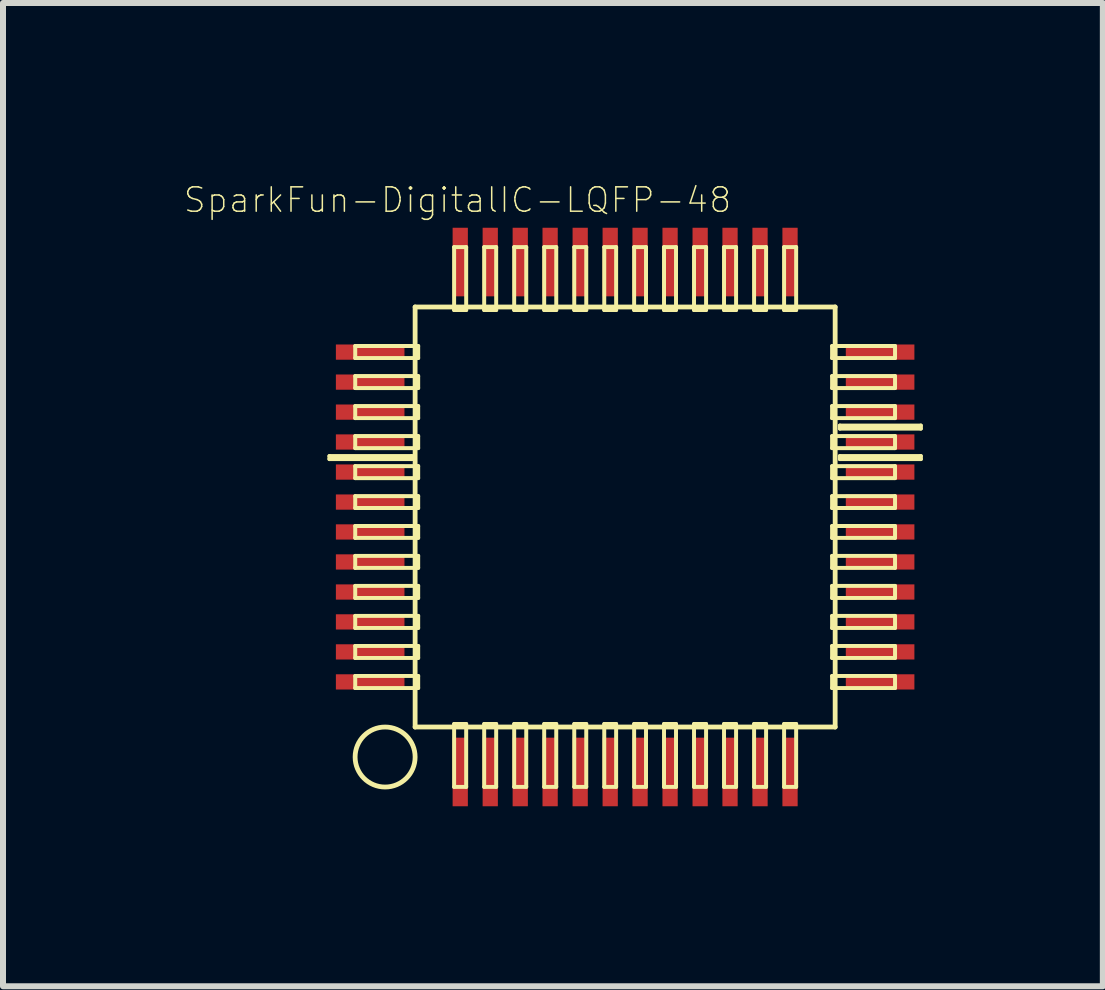
<source format=kicad_pcb>
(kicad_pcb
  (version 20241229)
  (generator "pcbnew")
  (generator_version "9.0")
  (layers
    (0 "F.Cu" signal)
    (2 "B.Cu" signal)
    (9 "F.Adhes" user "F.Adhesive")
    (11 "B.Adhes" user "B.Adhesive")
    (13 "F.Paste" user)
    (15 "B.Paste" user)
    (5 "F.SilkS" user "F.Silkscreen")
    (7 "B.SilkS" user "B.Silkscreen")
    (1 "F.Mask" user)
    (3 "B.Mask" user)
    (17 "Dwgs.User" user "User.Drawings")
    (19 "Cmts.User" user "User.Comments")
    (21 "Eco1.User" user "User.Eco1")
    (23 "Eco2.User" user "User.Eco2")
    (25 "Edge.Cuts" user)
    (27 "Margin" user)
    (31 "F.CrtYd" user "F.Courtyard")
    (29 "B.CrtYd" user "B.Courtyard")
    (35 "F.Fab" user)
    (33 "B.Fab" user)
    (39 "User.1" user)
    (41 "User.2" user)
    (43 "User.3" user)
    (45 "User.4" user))
  (footprint "SparkFun-DigitalIC-LQFP-48"
    (layer "F.Cu")
    (at 7.368 5.566)
    (property "Reference" "SparkFun-DigitalIC-LQFP-48" (at -2.794 -5.283 0) (layer "F.SilkS") (effects (font (size 0.406 0.406) (thickness 0.025))))
    (attr smd)
    (fp_line (start -4.928 -1.016) (end -3.556 -1.016) (stroke (width 0.066) (type solid)) (layer "F.SilkS"))
    (fp_line (start -4.928 -0.965) (end -4.928 -1.016) (stroke (width 0.066) (type solid)) (layer "F.SilkS"))
    (fp_line (start -4.928 -0.965) (end -3.556 -0.965) (stroke (width 0.066) (type solid)) (layer "F.SilkS"))
    (fp_line (start -4.498 -2.85) (end -3.449 -2.85) (stroke (width 0.066) (type solid)) (layer "F.SilkS"))
    (fp_line (start -4.498 -2.649) (end -4.498 -2.85) (stroke (width 0.066) (type solid)) (layer "F.SilkS"))
    (fp_line (start -4.498 -2.649) (end -3.449 -2.649) (stroke (width 0.066) (type solid)) (layer "F.SilkS"))
    (fp_line (start -4.498 -2.349) (end -3.449 -2.349) (stroke (width 0.066) (type solid)) (layer "F.SilkS"))
    (fp_line (start -4.498 -2.149) (end -4.498 -2.349) (stroke (width 0.066) (type solid)) (layer "F.SilkS"))
    (fp_line (start -4.498 -2.149) (end -3.449 -2.149) (stroke (width 0.066) (type solid)) (layer "F.SilkS"))
    (fp_line (start -4.498 -1.849) (end -3.449 -1.849) (stroke (width 0.066) (type solid)) (layer "F.SilkS"))
    (fp_line (start -4.498 -1.648) (end -4.498 -1.849) (stroke (width 0.066) (type solid)) (layer "F.SilkS"))
    (fp_line (start -4.498 -1.648) (end -3.449 -1.648) (stroke (width 0.066) (type solid)) (layer "F.SilkS"))
    (fp_line (start -4.498 -1.349) (end -3.449 -1.349) (stroke (width 0.066) (type solid)) (layer "F.SilkS"))
    (fp_line (start -4.498 -1.148) (end -4.498 -1.349) (stroke (width 0.066) (type solid)) (layer "F.SilkS"))
    (fp_line (start -4.498 -1.148) (end -3.449 -1.148) (stroke (width 0.066) (type solid)) (layer "F.SilkS"))
    (fp_line (start -4.498 -0.848) (end -3.449 -0.848) (stroke (width 0.066) (type solid)) (layer "F.SilkS"))
    (fp_line (start -4.498 -0.648) (end -4.498 -0.848) (stroke (width 0.066) (type solid)) (layer "F.SilkS"))
    (fp_line (start -4.498 -0.648) (end -3.449 -0.648) (stroke (width 0.066) (type solid)) (layer "F.SilkS"))
    (fp_line (start -4.498 -0.348) (end -3.449 -0.348) (stroke (width 0.066) (type solid)) (layer "F.SilkS"))
    (fp_line (start -4.498 -0.15) (end -4.498 -0.348) (stroke (width 0.066) (type solid)) (layer "F.SilkS"))
    (fp_line (start -4.498 -0.15) (end -3.449 -0.15) (stroke (width 0.066) (type solid)) (layer "F.SilkS"))
    (fp_line (start -4.498 0.15) (end -3.449 0.15) (stroke (width 0.066) (type solid)) (layer "F.SilkS"))
    (fp_line (start -4.498 0.348) (end -4.498 0.15) (stroke (width 0.066) (type solid)) (layer "F.SilkS"))
    (fp_line (start -4.498 0.348) (end -3.449 0.348) (stroke (width 0.066) (type solid)) (layer "F.SilkS"))
    (fp_line (start -4.498 0.648) (end -3.449 0.648) (stroke (width 0.066) (type solid)) (layer "F.SilkS"))
    (fp_line (start -4.498 0.848) (end -4.498 0.648) (stroke (width 0.066) (type solid)) (layer "F.SilkS"))
    (fp_line (start -4.498 0.848) (end -3.449 0.848) (stroke (width 0.066) (type solid)) (layer "F.SilkS"))
    (fp_line (start -4.498 1.148) (end -3.449 1.148) (stroke (width 0.066) (type solid)) (layer "F.SilkS"))
    (fp_line (start -4.498 1.349) (end -4.498 1.148) (stroke (width 0.066) (type solid)) (layer "F.SilkS"))
    (fp_line (start -4.498 1.349) (end -3.449 1.349) (stroke (width 0.066) (type solid)) (layer "F.SilkS"))
    (fp_line (start -4.498 1.648) (end -3.449 1.648) (stroke (width 0.066) (type solid)) (layer "F.SilkS"))
    (fp_line (start -4.498 1.849) (end -4.498 1.648) (stroke (width 0.066) (type solid)) (layer "F.SilkS"))
    (fp_line (start -4.498 1.849) (end -3.449 1.849) (stroke (width 0.066) (type solid)) (layer "F.SilkS"))
    (fp_line (start -4.498 2.149) (end -3.449 2.149) (stroke (width 0.066) (type solid)) (layer "F.SilkS"))
    (fp_line (start -4.498 2.349) (end -4.498 2.149) (stroke (width 0.066) (type solid)) (layer "F.SilkS"))
    (fp_line (start -4.498 2.349) (end -3.449 2.349) (stroke (width 0.066) (type solid)) (layer "F.SilkS"))
    (fp_line (start -4.498 2.649) (end -3.449 2.649) (stroke (width 0.066) (type solid)) (layer "F.SilkS"))
    (fp_line (start -4.498 2.85) (end -4.498 2.649) (stroke (width 0.066) (type solid)) (layer "F.SilkS"))
    (fp_line (start -4.498 2.85) (end -3.449 2.85) (stroke (width 0.066) (type solid)) (layer "F.SilkS"))
    (fp_line (start -3.556 -0.965) (end -3.556 -1.016) (stroke (width 0.066) (type solid)) (layer "F.SilkS"))
    (fp_line (start -3.5 -3.5) (end 3.5 -3.5) (stroke (width 0.08) (type solid)) (layer "F.SilkS"))
    (fp_line (start -3.5 3.5) (end -3.5 -3.5) (stroke (width 0.08) (type solid)) (layer "F.SilkS"))
    (fp_line (start -3.449 -2.649) (end -3.449 -2.85) (stroke (width 0.066) (type solid)) (layer "F.SilkS"))
    (fp_line (start -3.449 -2.149) (end -3.449 -2.349) (stroke (width 0.066) (type solid)) (layer "F.SilkS"))
    (fp_line (start -3.449 -1.648) (end -3.449 -1.849) (stroke (width 0.066) (type solid)) (layer "F.SilkS"))
    (fp_line (start -3.449 -1.148) (end -3.449 -1.349) (stroke (width 0.066) (type solid)) (layer "F.SilkS"))
    (fp_line (start -3.449 -0.648) (end -3.449 -0.848) (stroke (width 0.066) (type solid)) (layer "F.SilkS"))
    (fp_line (start -3.449 -0.15) (end -3.449 -0.348) (stroke (width 0.066) (type solid)) (layer "F.SilkS"))
    (fp_line (start -3.449 0.348) (end -3.449 0.15) (stroke (width 0.066) (type solid)) (layer "F.SilkS"))
    (fp_line (start -3.449 0.848) (end -3.449 0.648) (stroke (width 0.066) (type solid)) (layer "F.SilkS"))
    (fp_line (start -3.449 1.349) (end -3.449 1.148) (stroke (width 0.066) (type solid)) (layer "F.SilkS"))
    (fp_line (start -3.449 1.849) (end -3.449 1.648) (stroke (width 0.066) (type solid)) (layer "F.SilkS"))
    (fp_line (start -3.449 2.349) (end -3.449 2.149) (stroke (width 0.066) (type solid)) (layer "F.SilkS"))
    (fp_line (start -3.449 2.85) (end -3.449 2.649) (stroke (width 0.066) (type solid)) (layer "F.SilkS"))
    (fp_line (start -2.85 -4.498) (end -2.649 -4.498) (stroke (width 0.066) (type solid)) (layer "F.SilkS"))
    (fp_line (start -2.85 -3.449) (end -2.85 -4.498) (stroke (width 0.066) (type solid)) (layer "F.SilkS"))
    (fp_line (start -2.85 -3.449) (end -2.649 -3.449) (stroke (width 0.066) (type solid)) (layer "F.SilkS"))
    (fp_line (start -2.85 3.449) (end -2.649 3.449) (stroke (width 0.066) (type solid)) (layer "F.SilkS"))
    (fp_line (start -2.85 4.498) (end -2.85 3.449) (stroke (width 0.066) (type solid)) (layer "F.SilkS"))
    (fp_line (start -2.85 4.498) (end -2.649 4.498) (stroke (width 0.066) (type solid)) (layer "F.SilkS"))
    (fp_line (start -2.649 -3.449) (end -2.649 -4.498) (stroke (width 0.066) (type solid)) (layer "F.SilkS"))
    (fp_line (start -2.649 4.498) (end -2.649 3.449) (stroke (width 0.066) (type solid)) (layer "F.SilkS"))
    (fp_line (start -2.349 -4.498) (end -2.149 -4.498) (stroke (width 0.066) (type solid)) (layer "F.SilkS"))
    (fp_line (start -2.349 -3.449) (end -2.349 -4.498) (stroke (width 0.066) (type solid)) (layer "F.SilkS"))
    (fp_line (start -2.349 -3.449) (end -2.149 -3.449) (stroke (width 0.066) (type solid)) (layer "F.SilkS"))
    (fp_line (start -2.349 3.449) (end -2.149 3.449) (stroke (width 0.066) (type solid)) (layer "F.SilkS"))
    (fp_line (start -2.349 4.498) (end -2.349 3.449) (stroke (width 0.066) (type solid)) (layer "F.SilkS"))
    (fp_line (start -2.349 4.498) (end -2.149 4.498) (stroke (width 0.066) (type solid)) (layer "F.SilkS"))
    (fp_line (start -2.149 -3.449) (end -2.149 -4.498) (stroke (width 0.066) (type solid)) (layer "F.SilkS"))
    (fp_line (start -2.149 4.498) (end -2.149 3.449) (stroke (width 0.066) (type solid)) (layer "F.SilkS"))
    (fp_line (start -1.849 -4.498) (end -1.648 -4.498) (stroke (width 0.066) (type solid)) (layer "F.SilkS"))
    (fp_line (start -1.849 -3.449) (end -1.849 -4.498) (stroke (width 0.066) (type solid)) (layer "F.SilkS"))
    (fp_line (start -1.849 -3.449) (end -1.648 -3.449) (stroke (width 0.066) (type solid)) (layer "F.SilkS"))
    (fp_line (start -1.849 3.449) (end -1.648 3.449) (stroke (width 0.066) (type solid)) (layer "F.SilkS"))
    (fp_line (start -1.849 4.498) (end -1.849 3.449) (stroke (width 0.066) (type solid)) (layer "F.SilkS"))
    (fp_line (start -1.849 4.498) (end -1.648 4.498) (stroke (width 0.066) (type solid)) (layer "F.SilkS"))
    (fp_line (start -1.648 -3.449) (end -1.648 -4.498) (stroke (width 0.066) (type solid)) (layer "F.SilkS"))
    (fp_line (start -1.648 4.498) (end -1.648 3.449) (stroke (width 0.066) (type solid)) (layer "F.SilkS"))
    (fp_line (start -1.349 -4.498) (end -1.148 -4.498) (stroke (width 0.066) (type solid)) (layer "F.SilkS"))
    (fp_line (start -1.349 -3.449) (end -1.349 -4.498) (stroke (width 0.066) (type solid)) (layer "F.SilkS"))
    (fp_line (start -1.349 -3.449) (end -1.148 -3.449) (stroke (width 0.066) (type solid)) (layer "F.SilkS"))
    (fp_line (start -1.349 3.449) (end -1.148 3.449) (stroke (width 0.066) (type solid)) (layer "F.SilkS"))
    (fp_line (start -1.349 4.498) (end -1.349 3.449) (stroke (width 0.066) (type solid)) (layer "F.SilkS"))
    (fp_line (start -1.349 4.498) (end -1.148 4.498) (stroke (width 0.066) (type solid)) (layer "F.SilkS"))
    (fp_line (start -1.148 -3.449) (end -1.148 -4.498) (stroke (width 0.066) (type solid)) (layer "F.SilkS"))
    (fp_line (start -1.148 4.498) (end -1.148 3.449) (stroke (width 0.066) (type solid)) (layer "F.SilkS"))
    (fp_line (start -0.848 -4.498) (end -0.648 -4.498) (stroke (width 0.066) (type solid)) (layer "F.SilkS"))
    (fp_line (start -0.848 -3.449) (end -0.848 -4.498) (stroke (width 0.066) (type solid)) (layer "F.SilkS"))
    (fp_line (start -0.848 -3.449) (end -0.648 -3.449) (stroke (width 0.066) (type solid)) (layer "F.SilkS"))
    (fp_line (start -0.848 3.449) (end -0.648 3.449) (stroke (width 0.066) (type solid)) (layer "F.SilkS"))
    (fp_line (start -0.848 4.498) (end -0.848 3.449) (stroke (width 0.066) (type solid)) (layer "F.SilkS"))
    (fp_line (start -0.848 4.498) (end -0.648 4.498) (stroke (width 0.066) (type solid)) (layer "F.SilkS"))
    (fp_line (start -0.648 -3.449) (end -0.648 -4.498) (stroke (width 0.066) (type solid)) (layer "F.SilkS"))
    (fp_line (start -0.648 4.498) (end -0.648 3.449) (stroke (width 0.066) (type solid)) (layer "F.SilkS"))
    (fp_line (start -0.348 -4.498) (end -0.15 -4.498) (stroke (width 0.066) (type solid)) (layer "F.SilkS"))
    (fp_line (start -0.348 -3.449) (end -0.348 -4.498) (stroke (width 0.066) (type solid)) (layer "F.SilkS"))
    (fp_line (start -0.348 -3.449) (end -0.15 -3.449) (stroke (width 0.066) (type solid)) (layer "F.SilkS"))
    (fp_line (start -0.348 3.449) (end -0.15 3.449) (stroke (width 0.066) (type solid)) (layer "F.SilkS"))
    (fp_line (start -0.348 4.498) (end -0.348 3.449) (stroke (width 0.066) (type solid)) (layer "F.SilkS"))
    (fp_line (start -0.348 4.498) (end -0.15 4.498) (stroke (width 0.066) (type solid)) (layer "F.SilkS"))
    (fp_line (start -0.15 -3.449) (end -0.15 -4.498) (stroke (width 0.066) (type solid)) (layer "F.SilkS"))
    (fp_line (start -0.15 4.498) (end -0.15 3.449) (stroke (width 0.066) (type solid)) (layer "F.SilkS"))
    (fp_line (start 0.15 -4.498) (end 0.348 -4.498) (stroke (width 0.066) (type solid)) (layer "F.SilkS"))
    (fp_line (start 0.15 -3.449) (end 0.15 -4.498) (stroke (width 0.066) (type solid)) (layer "F.SilkS"))
    (fp_line (start 0.15 -3.449) (end 0.348 -3.449) (stroke (width 0.066) (type solid)) (layer "F.SilkS"))
    (fp_line (start 0.15 3.449) (end 0.348 3.449) (stroke (width 0.066) (type solid)) (layer "F.SilkS"))
    (fp_line (start 0.15 4.498) (end 0.15 3.449) (stroke (width 0.066) (type solid)) (layer "F.SilkS"))
    (fp_line (start 0.15 4.498) (end 0.348 4.498) (stroke (width 0.066) (type solid)) (layer "F.SilkS"))
    (fp_line (start 0.348 -3.449) (end 0.348 -4.498) (stroke (width 0.066) (type solid)) (layer "F.SilkS"))
    (fp_line (start 0.348 4.498) (end 0.348 3.449) (stroke (width 0.066) (type solid)) (layer "F.SilkS"))
    (fp_line (start 0.648 -4.498) (end 0.848 -4.498) (stroke (width 0.066) (type solid)) (layer "F.SilkS"))
    (fp_line (start 0.648 -3.449) (end 0.648 -4.498) (stroke (width 0.066) (type solid)) (layer "F.SilkS"))
    (fp_line (start 0.648 -3.449) (end 0.848 -3.449) (stroke (width 0.066) (type solid)) (layer "F.SilkS"))
    (fp_line (start 0.648 3.449) (end 0.848 3.449) (stroke (width 0.066) (type solid)) (layer "F.SilkS"))
    (fp_line (start 0.648 4.498) (end 0.648 3.449) (stroke (width 0.066) (type solid)) (layer "F.SilkS"))
    (fp_line (start 0.648 4.498) (end 0.848 4.498) (stroke (width 0.066) (type solid)) (layer "F.SilkS"))
    (fp_line (start 0.848 -3.449) (end 0.848 -4.498) (stroke (width 0.066) (type solid)) (layer "F.SilkS"))
    (fp_line (start 0.848 4.498) (end 0.848 3.449) (stroke (width 0.066) (type solid)) (layer "F.SilkS"))
    (fp_line (start 1.148 -4.498) (end 1.349 -4.498) (stroke (width 0.066) (type solid)) (layer "F.SilkS"))
    (fp_line (start 1.148 -3.449) (end 1.148 -4.498) (stroke (width 0.066) (type solid)) (layer "F.SilkS"))
    (fp_line (start 1.148 -3.449) (end 1.349 -3.449) (stroke (width 0.066) (type solid)) (layer "F.SilkS"))
    (fp_line (start 1.148 3.449) (end 1.349 3.449) (stroke (width 0.066) (type solid)) (layer "F.SilkS"))
    (fp_line (start 1.148 4.498) (end 1.148 3.449) (stroke (width 0.066) (type solid)) (layer "F.SilkS"))
    (fp_line (start 1.148 4.498) (end 1.349 4.498) (stroke (width 0.066) (type solid)) (layer "F.SilkS"))
    (fp_line (start 1.349 -3.449) (end 1.349 -4.498) (stroke (width 0.066) (type solid)) (layer "F.SilkS"))
    (fp_line (start 1.349 4.498) (end 1.349 3.449) (stroke (width 0.066) (type solid)) (layer "F.SilkS"))
    (fp_line (start 1.648 -4.498) (end 1.849 -4.498) (stroke (width 0.066) (type solid)) (layer "F.SilkS"))
    (fp_line (start 1.648 -3.449) (end 1.648 -4.498) (stroke (width 0.066) (type solid)) (layer "F.SilkS"))
    (fp_line (start 1.648 -3.449) (end 1.849 -3.449) (stroke (width 0.066) (type solid)) (layer "F.SilkS"))
    (fp_line (start 1.648 3.449) (end 1.849 3.449) (stroke (width 0.066) (type solid)) (layer "F.SilkS"))
    (fp_line (start 1.648 4.498) (end 1.648 3.449) (stroke (width 0.066) (type solid)) (layer "F.SilkS"))
    (fp_line (start 1.648 4.498) (end 1.849 4.498) (stroke (width 0.066) (type solid)) (layer "F.SilkS"))
    (fp_line (start 1.849 -3.449) (end 1.849 -4.498) (stroke (width 0.066) (type solid)) (layer "F.SilkS"))
    (fp_line (start 1.849 4.498) (end 1.849 3.449) (stroke (width 0.066) (type solid)) (layer "F.SilkS"))
    (fp_line (start 2.149 -4.498) (end 2.349 -4.498) (stroke (width 0.066) (type solid)) (layer "F.SilkS"))
    (fp_line (start 2.149 -3.449) (end 2.149 -4.498) (stroke (width 0.066) (type solid)) (layer "F.SilkS"))
    (fp_line (start 2.149 -3.449) (end 2.349 -3.449) (stroke (width 0.066) (type solid)) (layer "F.SilkS"))
    (fp_line (start 2.149 3.449) (end 2.349 3.449) (stroke (width 0.066) (type solid)) (layer "F.SilkS"))
    (fp_line (start 2.149 4.498) (end 2.149 3.449) (stroke (width 0.066) (type solid)) (layer "F.SilkS"))
    (fp_line (start 2.149 4.498) (end 2.349 4.498) (stroke (width 0.066) (type solid)) (layer "F.SilkS"))
    (fp_line (start 2.349 -3.449) (end 2.349 -4.498) (stroke (width 0.066) (type solid)) (layer "F.SilkS"))
    (fp_line (start 2.349 4.498) (end 2.349 3.449) (stroke (width 0.066) (type solid)) (layer "F.SilkS"))
    (fp_line (start 2.649 -4.498) (end 2.85 -4.498) (stroke (width 0.066) (type solid)) (layer "F.SilkS"))
    (fp_line (start 2.649 -3.449) (end 2.649 -4.498) (stroke (width 0.066) (type solid)) (layer "F.SilkS"))
    (fp_line (start 2.649 -3.449) (end 2.85 -3.449) (stroke (width 0.066) (type solid)) (layer "F.SilkS"))
    (fp_line (start 2.649 3.449) (end 2.85 3.449) (stroke (width 0.066) (type solid)) (layer "F.SilkS"))
    (fp_line (start 2.649 4.498) (end 2.649 3.449) (stroke (width 0.066) (type solid)) (layer "F.SilkS"))
    (fp_line (start 2.649 4.498) (end 2.85 4.498) (stroke (width 0.066) (type solid)) (layer "F.SilkS"))
    (fp_line (start 2.85 -3.449) (end 2.85 -4.498) (stroke (width 0.066) (type solid)) (layer "F.SilkS"))
    (fp_line (start 2.85 4.498) (end 2.85 3.449) (stroke (width 0.066) (type solid)) (layer "F.SilkS"))
    (fp_line (start 3.449 -2.85) (end 4.498 -2.85) (stroke (width 0.066) (type solid)) (layer "F.SilkS"))
    (fp_line (start 3.449 -2.649) (end 3.449 -2.85) (stroke (width 0.066) (type solid)) (layer "F.SilkS"))
    (fp_line (start 3.449 -2.649) (end 4.498 -2.649) (stroke (width 0.066) (type solid)) (layer "F.SilkS"))
    (fp_line (start 3.449 -2.349) (end 4.498 -2.349) (stroke (width 0.066) (type solid)) (layer "F.SilkS"))
    (fp_line (start 3.449 -2.149) (end 3.449 -2.349) (stroke (width 0.066) (type solid)) (layer "F.SilkS"))
    (fp_line (start 3.449 -2.149) (end 4.498 -2.149) (stroke (width 0.066) (type solid)) (layer "F.SilkS"))
    (fp_line (start 3.449 -1.849) (end 4.498 -1.849) (stroke (width 0.066) (type solid)) (layer "F.SilkS"))
    (fp_line (start 3.449 -1.648) (end 3.449 -1.849) (stroke (width 0.066) (type solid)) (layer "F.SilkS"))
    (fp_line (start 3.449 -1.648) (end 4.498 -1.648) (stroke (width 0.066) (type solid)) (layer "F.SilkS"))
    (fp_line (start 3.449 -1.349) (end 4.498 -1.349) (stroke (width 0.066) (type solid)) (layer "F.SilkS"))
    (fp_line (start 3.449 -1.148) (end 3.449 -1.349) (stroke (width 0.066) (type solid)) (layer "F.SilkS"))
    (fp_line (start 3.449 -1.148) (end 4.498 -1.148) (stroke (width 0.066) (type solid)) (layer "F.SilkS"))
    (fp_line (start 3.449 -0.848) (end 4.498 -0.848) (stroke (width 0.066) (type solid)) (layer "F.SilkS"))
    (fp_line (start 3.449 -0.648) (end 3.449 -0.848) (stroke (width 0.066) (type solid)) (layer "F.SilkS"))
    (fp_line (start 3.449 -0.648) (end 4.498 -0.648) (stroke (width 0.066) (type solid)) (layer "F.SilkS"))
    (fp_line (start 3.449 -0.348) (end 4.498 -0.348) (stroke (width 0.066) (type solid)) (layer "F.SilkS"))
    (fp_line (start 3.449 -0.15) (end 3.449 -0.348) (stroke (width 0.066) (type solid)) (layer "F.SilkS"))
    (fp_line (start 3.449 -0.15) (end 4.498 -0.15) (stroke (width 0.066) (type solid)) (layer "F.SilkS"))
    (fp_line (start 3.449 0.15) (end 4.498 0.15) (stroke (width 0.066) (type solid)) (layer "F.SilkS"))
    (fp_line (start 3.449 0.348) (end 3.449 0.15) (stroke (width 0.066) (type solid)) (layer "F.SilkS"))
    (fp_line (start 3.449 0.348) (end 4.498 0.348) (stroke (width 0.066) (type solid)) (layer "F.SilkS"))
    (fp_line (start 3.449 0.648) (end 4.498 0.648) (stroke (width 0.066) (type solid)) (layer "F.SilkS"))
    (fp_line (start 3.449 0.848) (end 3.449 0.648) (stroke (width 0.066) (type solid)) (layer "F.SilkS"))
    (fp_line (start 3.449 0.848) (end 4.498 0.848) (stroke (width 0.066) (type solid)) (layer "F.SilkS"))
    (fp_line (start 3.449 1.148) (end 4.498 1.148) (stroke (width 0.066) (type solid)) (layer "F.SilkS"))
    (fp_line (start 3.449 1.349) (end 3.449 1.148) (stroke (width 0.066) (type solid)) (layer "F.SilkS"))
    (fp_line (start 3.449 1.349) (end 4.498 1.349) (stroke (width 0.066) (type solid)) (layer "F.SilkS"))
    (fp_line (start 3.449 1.648) (end 4.498 1.648) (stroke (width 0.066) (type solid)) (layer "F.SilkS"))
    (fp_line (start 3.449 1.849) (end 3.449 1.648) (stroke (width 0.066) (type solid)) (layer "F.SilkS"))
    (fp_line (start 3.449 1.849) (end 4.498 1.849) (stroke (width 0.066) (type solid)) (layer "F.SilkS"))
    (fp_line (start 3.449 2.149) (end 4.498 2.149) (stroke (width 0.066) (type solid)) (layer "F.SilkS"))
    (fp_line (start 3.449 2.349) (end 3.449 2.149) (stroke (width 0.066) (type solid)) (layer "F.SilkS"))
    (fp_line (start 3.449 2.349) (end 4.498 2.349) (stroke (width 0.066) (type solid)) (layer "F.SilkS"))
    (fp_line (start 3.449 2.649) (end 4.498 2.649) (stroke (width 0.066) (type solid)) (layer "F.SilkS"))
    (fp_line (start 3.449 2.85) (end 3.449 2.649) (stroke (width 0.066) (type solid)) (layer "F.SilkS"))
    (fp_line (start 3.449 2.85) (end 4.498 2.85) (stroke (width 0.066) (type solid)) (layer "F.SilkS"))
    (fp_line (start 3.5 -3.5) (end 3.5 3.5) (stroke (width 0.08) (type solid)) (layer "F.SilkS"))
    (fp_line (start 3.5 3.5) (end -3.5 3.5) (stroke (width 0.08) (type solid)) (layer "F.SilkS"))
    (fp_line (start 3.579 -1.524) (end 4.928 -1.524) (stroke (width 0.066) (type solid)) (layer "F.SilkS"))
    (fp_line (start 3.579 -1.473) (end 3.579 -1.524) (stroke (width 0.066) (type solid)) (layer "F.SilkS"))
    (fp_line (start 3.579 -1.473) (end 4.928 -1.473) (stroke (width 0.066) (type solid)) (layer "F.SilkS"))
    (fp_line (start 3.579 -1.016) (end 4.928 -1.016) (stroke (width 0.066) (type solid)) (layer "F.SilkS"))
    (fp_line (start 3.579 -0.965) (end 3.579 -1.016) (stroke (width 0.066) (type solid)) (layer "F.SilkS"))
    (fp_line (start 3.579 -0.965) (end 4.928 -0.965) (stroke (width 0.066) (type solid)) (layer "F.SilkS"))
    (fp_line (start 4.498 -2.649) (end 4.498 -2.85) (stroke (width 0.066) (type solid)) (layer "F.SilkS"))
    (fp_line (start 4.498 -2.149) (end 4.498 -2.349) (stroke (width 0.066) (type solid)) (layer "F.SilkS"))
    (fp_line (start 4.498 -1.648) (end 4.498 -1.849) (stroke (width 0.066) (type solid)) (layer "F.SilkS"))
    (fp_line (start 4.498 -1.148) (end 4.498 -1.349) (stroke (width 0.066) (type solid)) (layer "F.SilkS"))
    (fp_line (start 4.498 -0.648) (end 4.498 -0.848) (stroke (width 0.066) (type solid)) (layer "F.SilkS"))
    (fp_line (start 4.498 -0.15) (end 4.498 -0.348) (stroke (width 0.066) (type solid)) (layer "F.SilkS"))
    (fp_line (start 4.498 0.348) (end 4.498 0.15) (stroke (width 0.066) (type solid)) (layer "F.SilkS"))
    (fp_line (start 4.498 0.848) (end 4.498 0.648) (stroke (width 0.066) (type solid)) (layer "F.SilkS"))
    (fp_line (start 4.498 1.349) (end 4.498 1.148) (stroke (width 0.066) (type solid)) (layer "F.SilkS"))
    (fp_line (start 4.498 1.849) (end 4.498 1.648) (stroke (width 0.066) (type solid)) (layer "F.SilkS"))
    (fp_line (start 4.498 2.349) (end 4.498 2.149) (stroke (width 0.066) (type solid)) (layer "F.SilkS"))
    (fp_line (start 4.498 2.85) (end 4.498 2.649) (stroke (width 0.066) (type solid)) (layer "F.SilkS"))
    (fp_line (start 4.928 -1.473) (end 4.928 -1.524) (stroke (width 0.066) (type solid)) (layer "F.SilkS"))
    (fp_line (start 4.928 -0.965) (end 4.928 -1.016) (stroke (width 0.066) (type solid)) (layer "F.SilkS"))
    (fp_circle (center -4 4) (end -3.5 4) (stroke (width 0.08) (type solid)) (fill no) (layer "F.SilkS"))
    (pad "1" smd rect (at -2.748 4.249) (size 0.254 1.143) (layers "F.Cu" "F.Mask" "F.Paste"))
    (pad "2" smd rect (at -2.248 4.249) (size 0.254 1.143) (layers "F.Cu" "F.Mask" "F.Paste"))
    (pad "3" smd rect (at -1.748 4.249) (size 0.254 1.143) (layers "F.Cu" "F.Mask" "F.Paste"))
    (pad "4" smd rect (at -1.25 4.249) (size 0.254 1.143) (layers "F.Cu" "F.Mask" "F.Paste"))
    (pad "5" smd rect (at -0.749 4.249) (size 0.254 1.143) (layers "F.Cu" "F.Mask" "F.Paste"))
    (pad "6" smd rect (at -0.249 4.249) (size 0.254 1.143) (layers "F.Cu" "F.Mask" "F.Paste"))
    (pad "7" smd rect (at 0.249 4.249) (size 0.254 1.143) (layers "F.Cu" "F.Mask" "F.Paste"))
    (pad "8" smd rect (at 0.749 4.249) (size 0.254 1.143) (layers "F.Cu" "F.Mask" "F.Paste"))
    (pad "9" smd rect (at 1.25 4.249) (size 0.254 1.143) (layers "F.Cu" "F.Mask" "F.Paste"))
    (pad "10" smd rect (at 1.748 4.249) (size 0.254 1.143) (layers "F.Cu" "F.Mask" "F.Paste"))
    (pad "11" smd rect (at 2.248 4.249) (size 0.254 1.143) (layers "F.Cu" "F.Mask" "F.Paste"))
    (pad "12" smd rect (at 2.748 4.249) (size 0.254 1.143) (layers "F.Cu" "F.Mask" "F.Paste"))
    (pad "13" smd rect (at 4.249 2.748) (size 1.143 0.254) (layers "F.Cu" "F.Mask" "F.Paste"))
    (pad "14" smd rect (at 4.249 2.248) (size 1.143 0.254) (layers "F.Cu" "F.Mask" "F.Paste"))
    (pad "15" smd rect (at 4.249 1.748) (size 1.143 0.254) (layers "F.Cu" "F.Mask" "F.Paste"))
    (pad "16" smd rect (at 4.249 1.25) (size 1.143 0.254) (layers "F.Cu" "F.Mask" "F.Paste"))
    (pad "17" smd rect (at 4.249 0.749) (size 1.143 0.254) (layers "F.Cu" "F.Mask" "F.Paste"))
    (pad "18" smd rect (at 4.249 0.249) (size 1.143 0.254) (layers "F.Cu" "F.Mask" "F.Paste"))
    (pad "19" smd rect (at 4.249 -0.249) (size 1.143 0.254) (layers "F.Cu" "F.Mask" "F.Paste"))
    (pad "20" smd rect (at 4.249 -0.749) (size 1.143 0.254) (layers "F.Cu" "F.Mask" "F.Paste"))
    (pad "21" smd rect (at 4.249 -1.25) (size 1.143 0.254) (layers "F.Cu" "F.Mask" "F.Paste"))
    (pad "22" smd rect (at 4.249 -1.748) (size 1.143 0.254) (layers "F.Cu" "F.Mask" "F.Paste"))
    (pad "23" smd rect (at 4.249 -2.248) (size 1.143 0.254) (layers "F.Cu" "F.Mask" "F.Paste"))
    (pad "24" smd rect (at 4.249 -2.748) (size 1.143 0.254) (layers "F.Cu" "F.Mask" "F.Paste"))
    (pad "25" smd rect (at 2.748 -4.249) (size 0.254 1.143) (layers "F.Cu" "F.Mask" "F.Paste"))
    (pad "26" smd rect (at 2.248 -4.249) (size 0.254 1.143) (layers "F.Cu" "F.Mask" "F.Paste"))
    (pad "27" smd rect (at 1.748 -4.249) (size 0.254 1.143) (layers "F.Cu" "F.Mask" "F.Paste"))
    (pad "28" smd rect (at 1.25 -4.249) (size 0.254 1.143) (layers "F.Cu" "F.Mask" "F.Paste"))
    (pad "29" smd rect (at 0.749 -4.249) (size 0.254 1.143) (layers "F.Cu" "F.Mask" "F.Paste"))
    (pad "30" smd rect (at 0.249 -4.249) (size 0.254 1.143) (layers "F.Cu" "F.Mask" "F.Paste"))
    (pad "31" smd rect (at -0.249 -4.249) (size 0.254 1.143) (layers "F.Cu" "F.Mask" "F.Paste"))
    (pad "32" smd rect (at -0.749 -4.249) (size 0.254 1.143) (layers "F.Cu" "F.Mask" "F.Paste"))
    (pad "33" smd rect (at -1.25 -4.249) (size 0.254 1.143) (layers "F.Cu" "F.Mask" "F.Paste"))
    (pad "34" smd rect (at -1.748 -4.249) (size 0.254 1.143) (layers "F.Cu" "F.Mask" "F.Paste"))
    (pad "35" smd rect (at -2.248 -4.249) (size 0.254 1.143) (layers "F.Cu" "F.Mask" "F.Paste"))
    (pad "36" smd rect (at -2.748 -4.249) (size 0.254 1.143) (layers "F.Cu" "F.Mask" "F.Paste"))
    (pad "37" smd rect (at -4.249 -2.748) (size 1.143 0.254) (layers "F.Cu" "F.Mask" "F.Paste"))
    (pad "38" smd rect (at -4.249 -2.248) (size 1.143 0.254) (layers "F.Cu" "F.Mask" "F.Paste"))
    (pad "39" smd rect (at -4.249 -1.748) (size 1.143 0.254) (layers "F.Cu" "F.Mask" "F.Paste"))
    (pad "40" smd rect (at -4.249 -1.25) (size 1.143 0.254) (layers "F.Cu" "F.Mask" "F.Paste"))
    (pad "41" smd rect (at -4.249 -0.749) (size 1.143 0.254) (layers "F.Cu" "F.Mask" "F.Paste"))
    (pad "42" smd rect (at -4.249 -0.249) (size 1.143 0.254) (layers "F.Cu" "F.Mask" "F.Paste"))
    (pad "43" smd rect (at -4.249 0.249) (size 1.143 0.254) (layers "F.Cu" "F.Mask" "F.Paste"))
    (pad "44" smd rect (at -4.249 0.749) (size 1.143 0.254) (layers "F.Cu" "F.Mask" "F.Paste"))
    (pad "45" smd rect (at -4.249 1.25) (size 1.143 0.254) (layers "F.Cu" "F.Mask" "F.Paste"))
    (pad "46" smd rect (at -4.249 1.748) (size 1.143 0.254) (layers "F.Cu" "F.Mask" "F.Paste"))
    (pad "47" smd rect (at -4.249 2.248) (size 1.143 0.254) (layers "F.Cu" "F.Mask" "F.Paste"))
    (pad "48" smd rect (at -4.249 2.748) (size 1.143 0.254) (layers "F.Cu" "F.Mask" "F.Paste")))
  (gr_rect
    (start -3 -3)
    (end 15.329 13.386)
    (stroke (width 0.1) (type default))
    (fill no)
    (layer "Edge.Cuts")))
</source>
